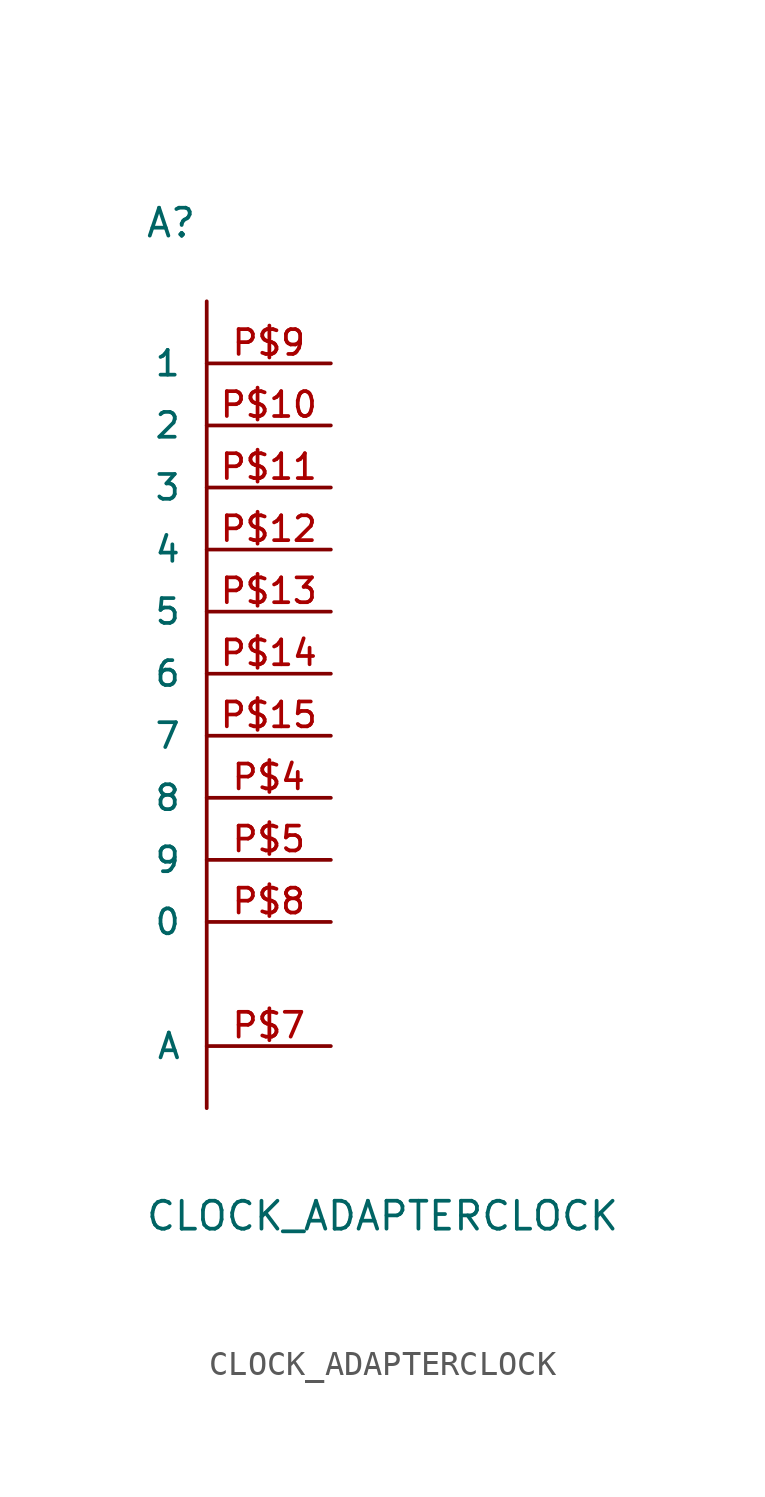
<source format=kicad_sym>
(kicad_symbol_lib
  (version 20241209)
  (generator "kicad_symbol_editor")
  (generator_version "9.0")
  (symbol "CLOCK_ADAPTERCLOCK"
    (pin_names
      (offset 1.016))
    (property "Reference" "A"
      (at -2.54 17.78 0)
      (effects (font (size 1.143 1.143)) (justify left bottom)))
    (property "Value" "CLOCK_ADAPTERCLOCK"
      (at -2.54 -22.86 0)
      (effects (font (size 1.143 1.143)) (justify left bottom)))
    (property "ki_locked" ""
      (at 0 0 0)
      (effects (font (size 1.27 1.27))))
    (symbol "CLOCK_ADAPTERCLOCK_1_0"
      (polyline (pts (xy 0 15.24) (xy 0 -17.78)) (stroke (width 0) (type default)) (fill (type none))))
    (symbol "CLOCK_ADAPTERCLOCK_1_1"
      (pin passive line (at 5.08 12.7 180) (length 5.08) (name "1" (effects (font (size 1.016 1.016)))) (number "P$9" (effects (font (size 1.016 1.016)))))
      (pin passive line (at 5.08 10.16 180) (length 5.08) (name "2" (effects (font (size 1.016 1.016)))) (number "P$10" (effects (font (size 1.016 1.016)))))
      (pin passive line (at 5.08 7.62 180) (length 5.08) (name "3" (effects (font (size 1.016 1.016)))) (number "P$11" (effects (font (size 1.016 1.016)))))
      (pin passive line (at 5.08 5.08 180) (length 5.08) (name "4" (effects (font (size 1.016 1.016)))) (number "P$12" (effects (font (size 1.016 1.016)))))
      (pin passive line (at 5.08 2.54 180) (length 5.08) (name "5" (effects (font (size 1.016 1.016)))) (number "P$13" (effects (font (size 1.016 1.016)))))
      (pin passive line (at 5.08 0 180) (length 5.08) (name "6" (effects (font (size 1.016 1.016)))) (number "P$14" (effects (font (size 1.016 1.016)))))
      (pin passive line (at 5.08 -2.54 180) (length 5.08) (name "7" (effects (font (size 1.016 1.016)))) (number "P$15" (effects (font (size 1.016 1.016)))))
      (pin passive line (at 5.08 -5.08 180) (length 5.08) (name "8" (effects (font (size 1.016 1.016)))) (number "P$4" (effects (font (size 1.016 1.016)))))
      (pin passive line (at 5.08 -7.62 180) (length 5.08) (name "9" (effects (font (size 1.016 1.016)))) (number "P$5" (effects (font (size 1.016 1.016)))))
      (pin passive line (at 5.08 -10.16 180) (length 5.08) (name "0" (effects (font (size 1.016 1.016)))) (number "P$8" (effects (font (size 1.016 1.016)))))
      (pin passive line (at 5.08 -15.24 180) (length 5.08) (name "A" (effects (font (size 1.016 1.016)))) (number "P$7" (effects (font (size 1.016 1.016))))))))
</source>
